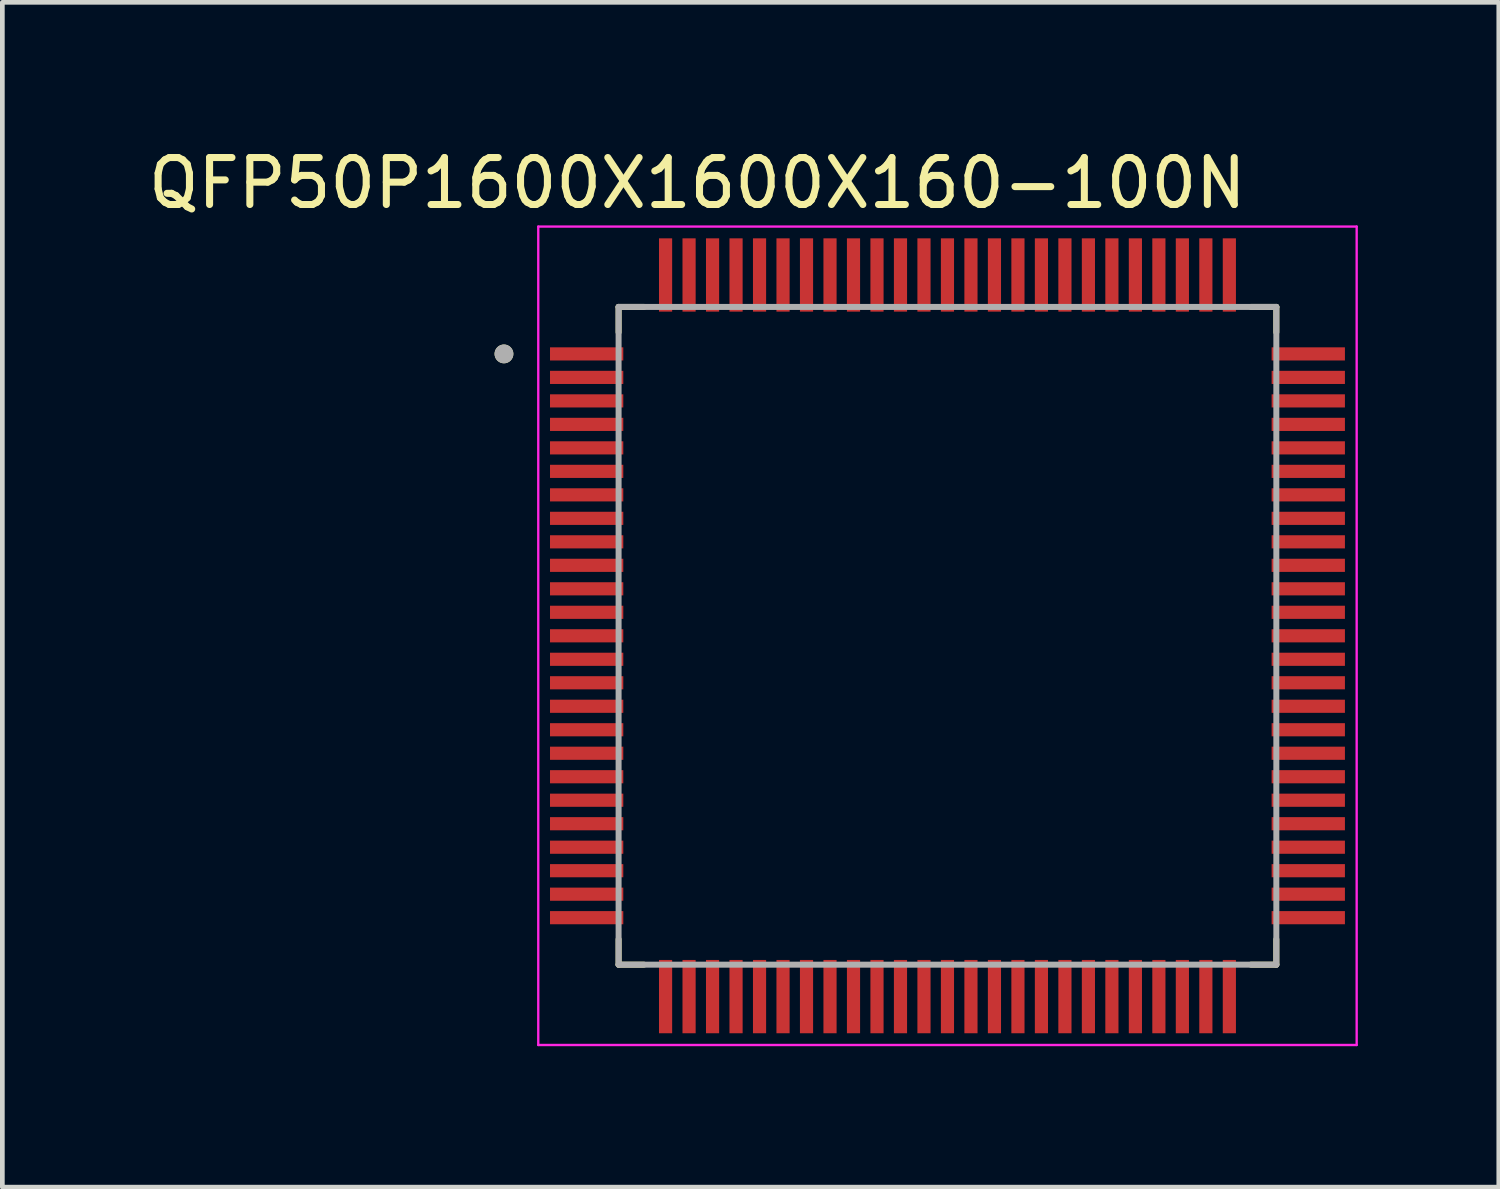
<source format=kicad_pcb>
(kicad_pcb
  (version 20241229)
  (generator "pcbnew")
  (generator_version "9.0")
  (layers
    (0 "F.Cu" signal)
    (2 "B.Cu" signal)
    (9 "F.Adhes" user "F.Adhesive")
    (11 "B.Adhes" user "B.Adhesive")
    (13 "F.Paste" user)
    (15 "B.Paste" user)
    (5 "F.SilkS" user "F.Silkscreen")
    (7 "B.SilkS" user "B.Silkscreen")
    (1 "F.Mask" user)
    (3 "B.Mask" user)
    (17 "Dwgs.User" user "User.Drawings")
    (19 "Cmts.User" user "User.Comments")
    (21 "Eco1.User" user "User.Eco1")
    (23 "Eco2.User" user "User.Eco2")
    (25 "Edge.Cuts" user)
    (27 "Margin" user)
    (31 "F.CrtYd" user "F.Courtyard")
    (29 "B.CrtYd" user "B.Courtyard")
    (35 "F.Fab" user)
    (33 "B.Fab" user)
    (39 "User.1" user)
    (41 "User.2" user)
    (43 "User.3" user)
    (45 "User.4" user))
  (footprint "QFP50P1600X1600X160-100N"
    (layer "F.Cu")
    (at 17.117 10.483)
    (property "Reference" "QFP50P1600X1600X160-100N" (at -5.325 -9.635 0) (layer "F.SilkS") (effects (font (size 1 1) (thickness 0.15))))
    (attr through_hole)
    (fp_line (start -7 -7) (end -7 -6.46) (stroke (width 0.127) (type solid)) (layer "F.SilkS"))
    (fp_line (start -7 -7) (end -6.46 -7) (stroke (width 0.127) (type solid)) (layer "F.SilkS"))
    (fp_line (start -7 7) (end -7 6.46) (stroke (width 0.127) (type solid)) (layer "F.SilkS"))
    (fp_line (start -7 7) (end -6.46 7) (stroke (width 0.127) (type solid)) (layer "F.SilkS"))
    (fp_line (start 7 -7) (end 6.46 -7) (stroke (width 0.127) (type solid)) (layer "F.SilkS"))
    (fp_line (start 7 -7) (end 7 -6.46) (stroke (width 0.127) (type solid)) (layer "F.SilkS"))
    (fp_line (start 7 7) (end 6.46 7) (stroke (width 0.127) (type solid)) (layer "F.SilkS"))
    (fp_line (start 7 7) (end 7 6.46) (stroke (width 0.127) (type solid)) (layer "F.SilkS"))
    (fp_circle (center -9.44 -6) (end -9.34 -6) (stroke (width 0.2) (type solid)) (fill no) (layer "F.SilkS"))
    (fp_line (start -8.71 -8.71) (end 8.71 -8.71) (stroke (width 0.05) (type solid)) (layer "F.CrtYd"))
    (fp_line (start -8.71 8.71) (end -8.71 -8.71) (stroke (width 0.05) (type solid)) (layer "F.CrtYd"))
    (fp_line (start -8.71 8.71) (end 8.71 8.71) (stroke (width 0.05) (type solid)) (layer "F.CrtYd"))
    (fp_line (start 8.71 8.71) (end 8.71 -8.71) (stroke (width 0.05) (type solid)) (layer "F.CrtYd"))
    (fp_line (start -7 7) (end -7 -7) (stroke (width 0.127) (type solid)) (layer "F.Fab"))
    (fp_line (start 7 -7) (end -7 -7) (stroke (width 0.127) (type solid)) (layer "F.Fab"))
    (fp_line (start 7 7) (end -7 7) (stroke (width 0.127) (type solid)) (layer "F.Fab"))
    (fp_line (start 7 7) (end 7 -7) (stroke (width 0.127) (type solid)) (layer "F.Fab"))
    (fp_circle (center -9.44 -6) (end -9.34 -6) (stroke (width 0.2) (type solid)) (fill no) (layer "F.Fab"))
    (pad "1" smd rect (at -7.68 -6) (size 1.56 0.28) (layers "F.Cu" "F.Mask" "F.Paste"))
    (pad "2" smd rect (at -7.68 -5.5) (size 1.56 0.28) (layers "F.Cu" "F.Mask" "F.Paste"))
    (pad "3" smd rect (at -7.68 -5) (size 1.56 0.28) (layers "F.Cu" "F.Mask" "F.Paste"))
    (pad "4" smd rect (at -7.68 -4.5) (size 1.56 0.28) (layers "F.Cu" "F.Mask" "F.Paste"))
    (pad "5" smd rect (at -7.68 -4) (size 1.56 0.28) (layers "F.Cu" "F.Mask" "F.Paste"))
    (pad "6" smd rect (at -7.68 -3.5) (size 1.56 0.28) (layers "F.Cu" "F.Mask" "F.Paste"))
    (pad "7" smd rect (at -7.68 -3) (size 1.56 0.28) (layers "F.Cu" "F.Mask" "F.Paste"))
    (pad "8" smd rect (at -7.68 -2.5) (size 1.56 0.28) (layers "F.Cu" "F.Mask" "F.Paste"))
    (pad "9" smd rect (at -7.68 -2) (size 1.56 0.28) (layers "F.Cu" "F.Mask" "F.Paste"))
    (pad "10" smd rect (at -7.68 -1.5) (size 1.56 0.28) (layers "F.Cu" "F.Mask" "F.Paste"))
    (pad "11" smd rect (at -7.68 -1) (size 1.56 0.28) (layers "F.Cu" "F.Mask" "F.Paste"))
    (pad "12" smd rect (at -7.68 -0.5) (size 1.56 0.28) (layers "F.Cu" "F.Mask" "F.Paste"))
    (pad "13" smd rect (at -7.68 0) (size 1.56 0.28) (layers "F.Cu" "F.Mask" "F.Paste"))
    (pad "14" smd rect (at -7.68 0.5) (size 1.56 0.28) (layers "F.Cu" "F.Mask" "F.Paste"))
    (pad "15" smd rect (at -7.68 1) (size 1.56 0.28) (layers "F.Cu" "F.Mask" "F.Paste"))
    (pad "16" smd rect (at -7.68 1.5) (size 1.56 0.28) (layers "F.Cu" "F.Mask" "F.Paste"))
    (pad "17" smd rect (at -7.68 2) (size 1.56 0.28) (layers "F.Cu" "F.Mask" "F.Paste"))
    (pad "18" smd rect (at -7.68 2.5) (size 1.56 0.28) (layers "F.Cu" "F.Mask" "F.Paste"))
    (pad "19" smd rect (at -7.68 3) (size 1.56 0.28) (layers "F.Cu" "F.Mask" "F.Paste"))
    (pad "20" smd rect (at -7.68 3.5) (size 1.56 0.28) (layers "F.Cu" "F.Mask" "F.Paste"))
    (pad "21" smd rect (at -7.68 4) (size 1.56 0.28) (layers "F.Cu" "F.Mask" "F.Paste"))
    (pad "22" smd rect (at -7.68 4.5) (size 1.56 0.28) (layers "F.Cu" "F.Mask" "F.Paste"))
    (pad "23" smd rect (at -7.68 5) (size 1.56 0.28) (layers "F.Cu" "F.Mask" "F.Paste"))
    (pad "24" smd rect (at -7.68 5.5) (size 1.56 0.28) (layers "F.Cu" "F.Mask" "F.Paste"))
    (pad "25" smd rect (at -7.68 6) (size 1.56 0.28) (layers "F.Cu" "F.Mask" "F.Paste"))
    (pad "26" smd rect (at -6 7.68) (size 0.28 1.56) (layers "F.Cu" "F.Mask" "F.Paste"))
    (pad "27" smd rect (at -5.5 7.68) (size 0.28 1.56) (layers "F.Cu" "F.Mask" "F.Paste"))
    (pad "28" smd rect (at -5 7.68) (size 0.28 1.56) (layers "F.Cu" "F.Mask" "F.Paste"))
    (pad "29" smd rect (at -4.5 7.68) (size 0.28 1.56) (layers "F.Cu" "F.Mask" "F.Paste"))
    (pad "30" smd rect (at -4 7.68) (size 0.28 1.56) (layers "F.Cu" "F.Mask" "F.Paste"))
    (pad "31" smd rect (at -3.5 7.68) (size 0.28 1.56) (layers "F.Cu" "F.Mask" "F.Paste"))
    (pad "32" smd rect (at -3 7.68) (size 0.28 1.56) (layers "F.Cu" "F.Mask" "F.Paste"))
    (pad "33" smd rect (at -2.5 7.68) (size 0.28 1.56) (layers "F.Cu" "F.Mask" "F.Paste"))
    (pad "34" smd rect (at -2 7.68) (size 0.28 1.56) (layers "F.Cu" "F.Mask" "F.Paste"))
    (pad "35" smd rect (at -1.5 7.68) (size 0.28 1.56) (layers "F.Cu" "F.Mask" "F.Paste"))
    (pad "36" smd rect (at -1 7.68) (size 0.28 1.56) (layers "F.Cu" "F.Mask" "F.Paste"))
    (pad "37" smd rect (at -0.5 7.68) (size 0.28 1.56) (layers "F.Cu" "F.Mask" "F.Paste"))
    (pad "38" smd rect (at 0 7.68) (size 0.28 1.56) (layers "F.Cu" "F.Mask" "F.Paste"))
    (pad "39" smd rect (at 0.5 7.68) (size 0.28 1.56) (layers "F.Cu" "F.Mask" "F.Paste"))
    (pad "40" smd rect (at 1 7.68) (size 0.28 1.56) (layers "F.Cu" "F.Mask" "F.Paste"))
    (pad "41" smd rect (at 1.5 7.68) (size 0.28 1.56) (layers "F.Cu" "F.Mask" "F.Paste"))
    (pad "42" smd rect (at 2 7.68) (size 0.28 1.56) (layers "F.Cu" "F.Mask" "F.Paste"))
    (pad "43" smd rect (at 2.5 7.68) (size 0.28 1.56) (layers "F.Cu" "F.Mask" "F.Paste"))
    (pad "44" smd rect (at 3 7.68) (size 0.28 1.56) (layers "F.Cu" "F.Mask" "F.Paste"))
    (pad "45" smd rect (at 3.5 7.68) (size 0.28 1.56) (layers "F.Cu" "F.Mask" "F.Paste"))
    (pad "46" smd rect (at 4 7.68) (size 0.28 1.56) (layers "F.Cu" "F.Mask" "F.Paste"))
    (pad "47" smd rect (at 4.5 7.68) (size 0.28 1.56) (layers "F.Cu" "F.Mask" "F.Paste"))
    (pad "48" smd rect (at 5 7.68) (size 0.28 1.56) (layers "F.Cu" "F.Mask" "F.Paste"))
    (pad "49" smd rect (at 5.5 7.68) (size 0.28 1.56) (layers "F.Cu" "F.Mask" "F.Paste"))
    (pad "50" smd rect (at 6 7.68) (size 0.28 1.56) (layers "F.Cu" "F.Mask" "F.Paste"))
    (pad "51" smd rect (at 7.68 6) (size 1.56 0.28) (layers "F.Cu" "F.Mask" "F.Paste"))
    (pad "52" smd rect (at 7.68 5.5) (size 1.56 0.28) (layers "F.Cu" "F.Mask" "F.Paste"))
    (pad "53" smd rect (at 7.68 5) (size 1.56 0.28) (layers "F.Cu" "F.Mask" "F.Paste"))
    (pad "54" smd rect (at 7.68 4.5) (size 1.56 0.28) (layers "F.Cu" "F.Mask" "F.Paste"))
    (pad "55" smd rect (at 7.68 4) (size 1.56 0.28) (layers "F.Cu" "F.Mask" "F.Paste"))
    (pad "56" smd rect (at 7.68 3.5) (size 1.56 0.28) (layers "F.Cu" "F.Mask" "F.Paste"))
    (pad "57" smd rect (at 7.68 3) (size 1.56 0.28) (layers "F.Cu" "F.Mask" "F.Paste"))
    (pad "58" smd rect (at 7.68 2.5) (size 1.56 0.28) (layers "F.Cu" "F.Mask" "F.Paste"))
    (pad "59" smd rect (at 7.68 2) (size 1.56 0.28) (layers "F.Cu" "F.Mask" "F.Paste"))
    (pad "60" smd rect (at 7.68 1.5) (size 1.56 0.28) (layers "F.Cu" "F.Mask" "F.Paste"))
    (pad "61" smd rect (at 7.68 1) (size 1.56 0.28) (layers "F.Cu" "F.Mask" "F.Paste"))
    (pad "62" smd rect (at 7.68 0.5) (size 1.56 0.28) (layers "F.Cu" "F.Mask" "F.Paste"))
    (pad "63" smd rect (at 7.68 0) (size 1.56 0.28) (layers "F.Cu" "F.Mask" "F.Paste"))
    (pad "64" smd rect (at 7.68 -0.5) (size 1.56 0.28) (layers "F.Cu" "F.Mask" "F.Paste"))
    (pad "65" smd rect (at 7.68 -1) (size 1.56 0.28) (layers "F.Cu" "F.Mask" "F.Paste"))
    (pad "66" smd rect (at 7.68 -1.5) (size 1.56 0.28) (layers "F.Cu" "F.Mask" "F.Paste"))
    (pad "67" smd rect (at 7.68 -2) (size 1.56 0.28) (layers "F.Cu" "F.Mask" "F.Paste"))
    (pad "68" smd rect (at 7.68 -2.5) (size 1.56 0.28) (layers "F.Cu" "F.Mask" "F.Paste"))
    (pad "69" smd rect (at 7.68 -3) (size 1.56 0.28) (layers "F.Cu" "F.Mask" "F.Paste"))
    (pad "70" smd rect (at 7.68 -3.5) (size 1.56 0.28) (layers "F.Cu" "F.Mask" "F.Paste"))
    (pad "71" smd rect (at 7.68 -4) (size 1.56 0.28) (layers "F.Cu" "F.Mask" "F.Paste"))
    (pad "72" smd rect (at 7.68 -4.5) (size 1.56 0.28) (layers "F.Cu" "F.Mask" "F.Paste"))
    (pad "73" smd rect (at 7.68 -5) (size 1.56 0.28) (layers "F.Cu" "F.Mask" "F.Paste"))
    (pad "74" smd rect (at 7.68 -5.5) (size 1.56 0.28) (layers "F.Cu" "F.Mask" "F.Paste"))
    (pad "75" smd rect (at 7.68 -6) (size 1.56 0.28) (layers "F.Cu" "F.Mask" "F.Paste"))
    (pad "76" smd rect (at 6 -7.68) (size 0.28 1.56) (layers "F.Cu" "F.Mask" "F.Paste"))
    (pad "77" smd rect (at 5.5 -7.68) (size 0.28 1.56) (layers "F.Cu" "F.Mask" "F.Paste"))
    (pad "78" smd rect (at 5 -7.68) (size 0.28 1.56) (layers "F.Cu" "F.Mask" "F.Paste"))
    (pad "79" smd rect (at 4.5 -7.68) (size 0.28 1.56) (layers "F.Cu" "F.Mask" "F.Paste"))
    (pad "80" smd rect (at 4 -7.68) (size 0.28 1.56) (layers "F.Cu" "F.Mask" "F.Paste"))
    (pad "81" smd rect (at 3.5 -7.68) (size 0.28 1.56) (layers "F.Cu" "F.Mask" "F.Paste"))
    (pad "82" smd rect (at 3 -7.68) (size 0.28 1.56) (layers "F.Cu" "F.Mask" "F.Paste"))
    (pad "83" smd rect (at 2.5 -7.68) (size 0.28 1.56) (layers "F.Cu" "F.Mask" "F.Paste"))
    (pad "84" smd rect (at 2 -7.68) (size 0.28 1.56) (layers "F.Cu" "F.Mask" "F.Paste"))
    (pad "85" smd rect (at 1.5 -7.68) (size 0.28 1.56) (layers "F.Cu" "F.Mask" "F.Paste"))
    (pad "86" smd rect (at 1 -7.68) (size 0.28 1.56) (layers "F.Cu" "F.Mask" "F.Paste"))
    (pad "87" smd rect (at 0.5 -7.68) (size 0.28 1.56) (layers "F.Cu" "F.Mask" "F.Paste"))
    (pad "88" smd rect (at 0 -7.68) (size 0.28 1.56) (layers "F.Cu" "F.Mask" "F.Paste"))
    (pad "89" smd rect (at -0.5 -7.68) (size 0.28 1.56) (layers "F.Cu" "F.Mask" "F.Paste"))
    (pad "90" smd rect (at -1 -7.68) (size 0.28 1.56) (layers "F.Cu" "F.Mask" "F.Paste"))
    (pad "91" smd rect (at -1.5 -7.68) (size 0.28 1.56) (layers "F.Cu" "F.Mask" "F.Paste"))
    (pad "92" smd rect (at -2 -7.68) (size 0.28 1.56) (layers "F.Cu" "F.Mask" "F.Paste"))
    (pad "93" smd rect (at -2.5 -7.68) (size 0.28 1.56) (layers "F.Cu" "F.Mask" "F.Paste"))
    (pad "94" smd rect (at -3 -7.68) (size 0.28 1.56) (layers "F.Cu" "F.Mask" "F.Paste"))
    (pad "95" smd rect (at -3.5 -7.68) (size 0.28 1.56) (layers "F.Cu" "F.Mask" "F.Paste"))
    (pad "96" smd rect (at -4 -7.68) (size 0.28 1.56) (layers "F.Cu" "F.Mask" "F.Paste"))
    (pad "97" smd rect (at -4.5 -7.68) (size 0.28 1.56) (layers "F.Cu" "F.Mask" "F.Paste"))
    (pad "98" smd rect (at -5 -7.68) (size 0.28 1.56) (layers "F.Cu" "F.Mask" "F.Paste"))
    (pad "99" smd rect (at -5.5 -7.68) (size 0.28 1.56) (layers "F.Cu" "F.Mask" "F.Paste"))
    (pad "100" smd rect (at -6 -7.68) (size 0.28 1.56) (layers "F.Cu" "F.Mask" "F.Paste")))
  (gr_rect
    (start -3 -3)
    (end 28.852 22.218)
    (stroke (width 0.1) (type default))
    (fill no)
    (layer "Edge.Cuts")))
</source>
